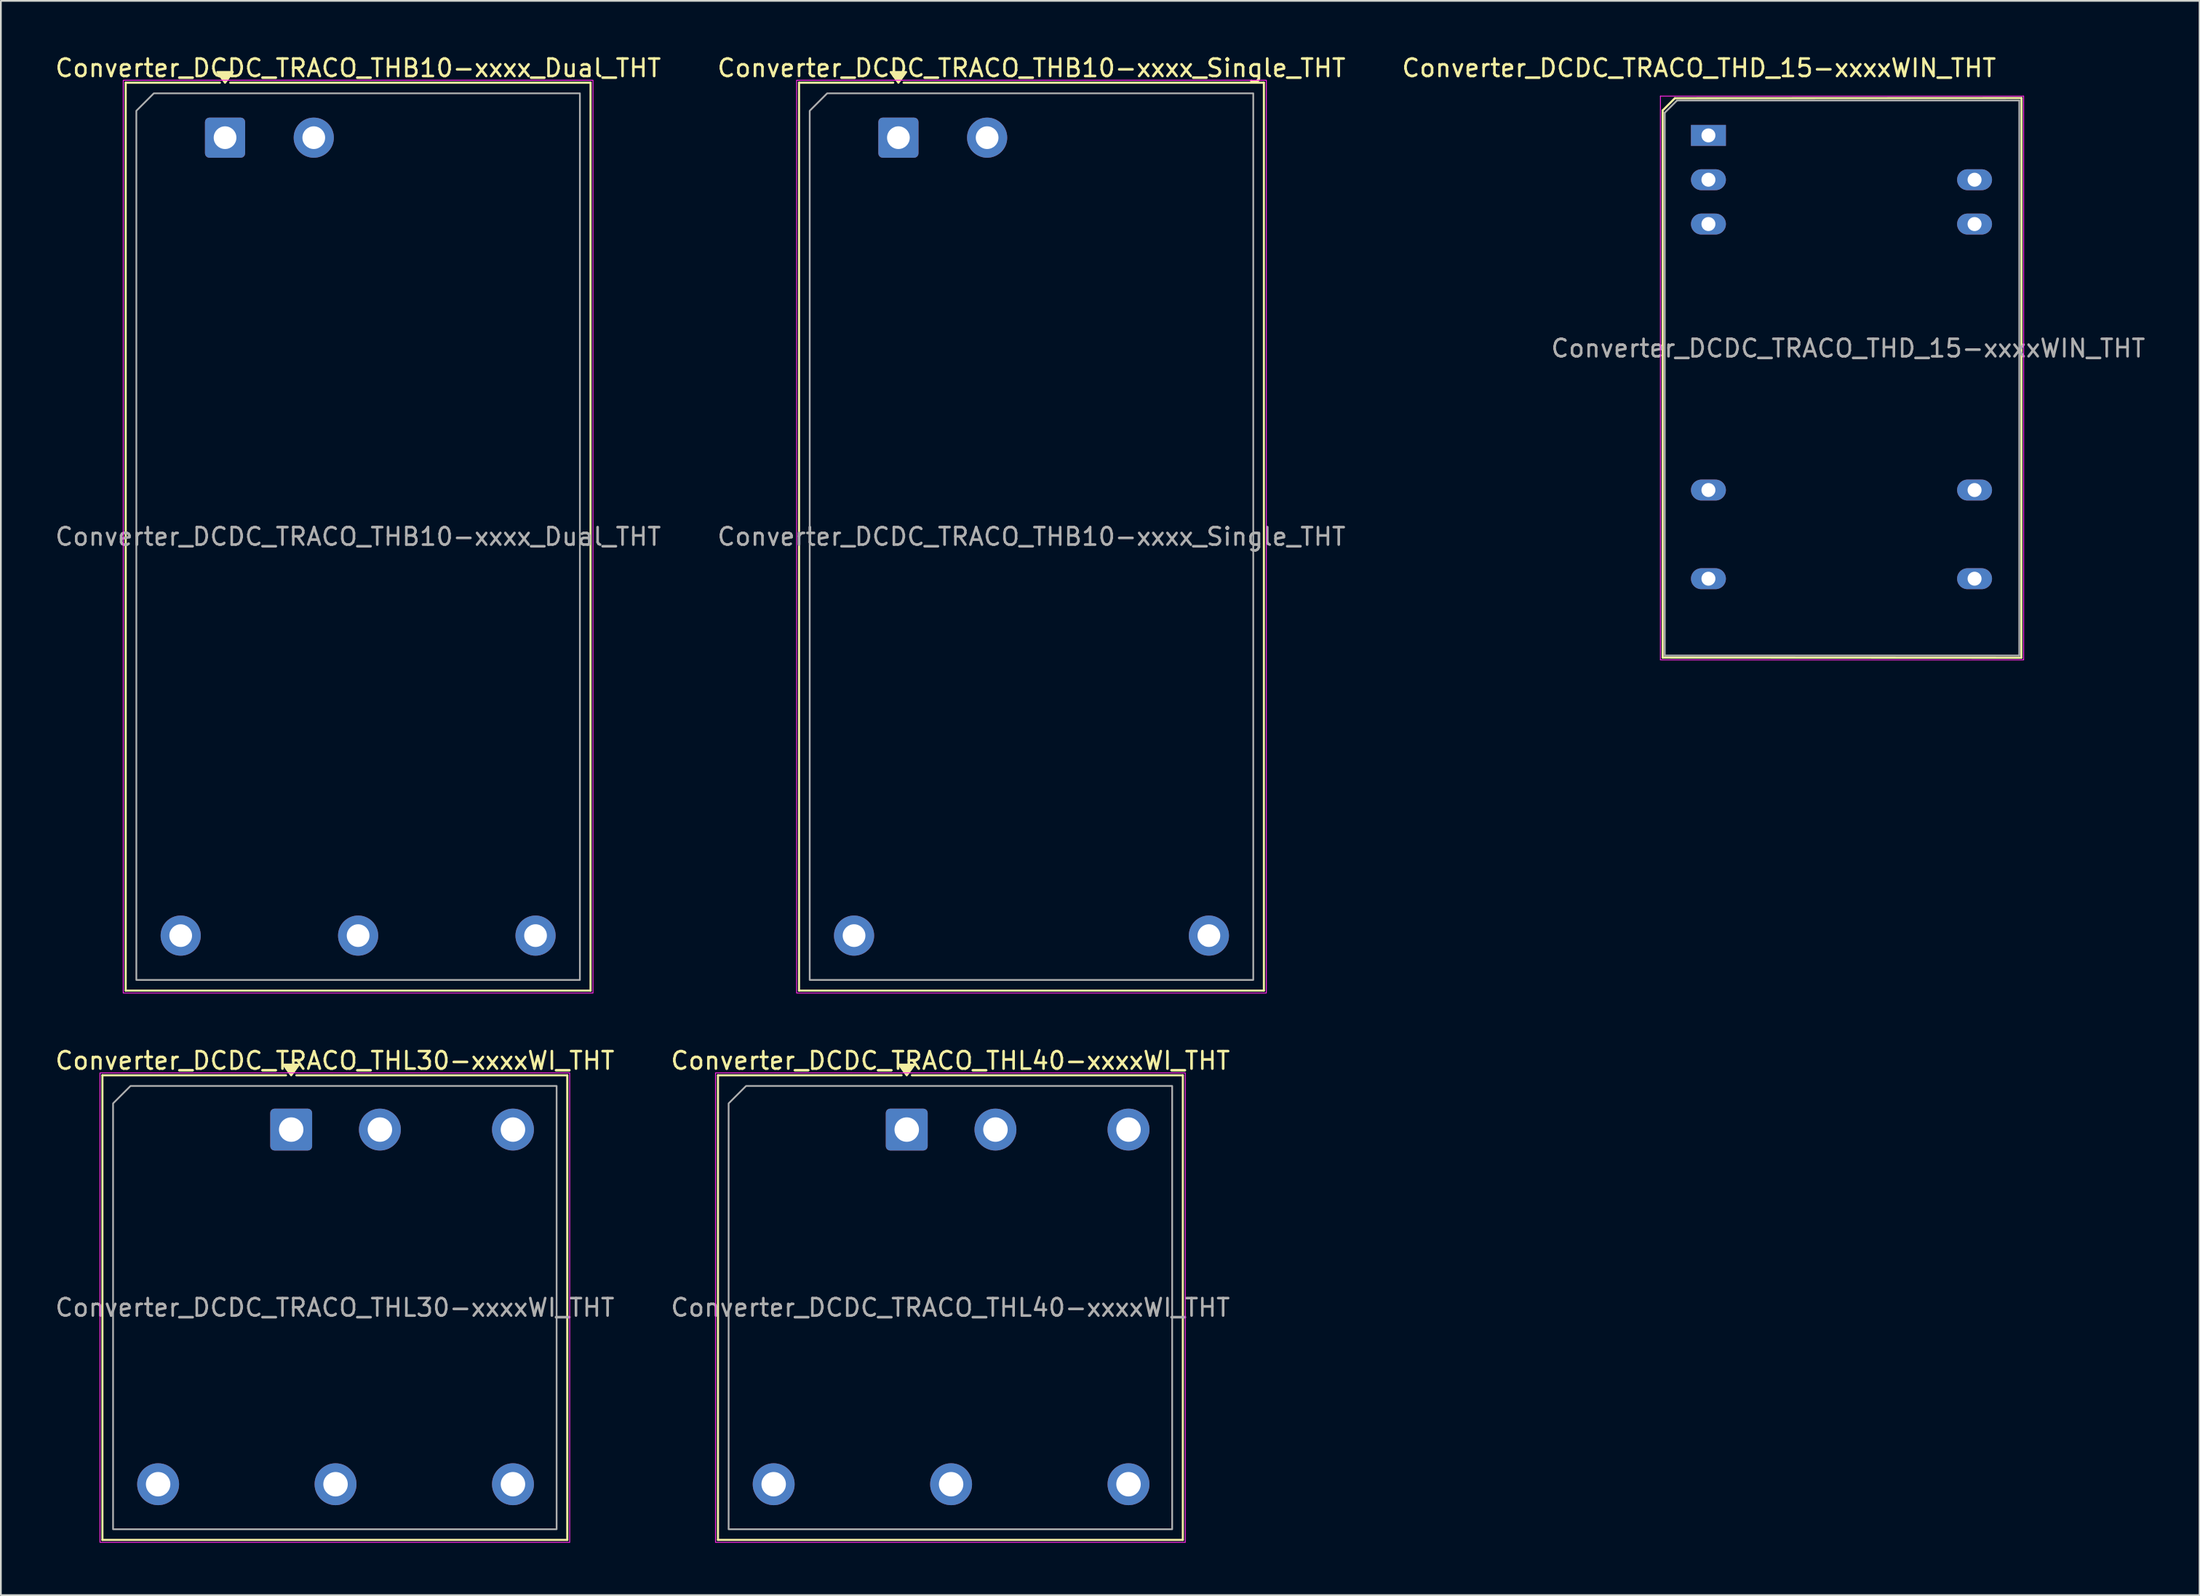
<source format=kicad_pcb>
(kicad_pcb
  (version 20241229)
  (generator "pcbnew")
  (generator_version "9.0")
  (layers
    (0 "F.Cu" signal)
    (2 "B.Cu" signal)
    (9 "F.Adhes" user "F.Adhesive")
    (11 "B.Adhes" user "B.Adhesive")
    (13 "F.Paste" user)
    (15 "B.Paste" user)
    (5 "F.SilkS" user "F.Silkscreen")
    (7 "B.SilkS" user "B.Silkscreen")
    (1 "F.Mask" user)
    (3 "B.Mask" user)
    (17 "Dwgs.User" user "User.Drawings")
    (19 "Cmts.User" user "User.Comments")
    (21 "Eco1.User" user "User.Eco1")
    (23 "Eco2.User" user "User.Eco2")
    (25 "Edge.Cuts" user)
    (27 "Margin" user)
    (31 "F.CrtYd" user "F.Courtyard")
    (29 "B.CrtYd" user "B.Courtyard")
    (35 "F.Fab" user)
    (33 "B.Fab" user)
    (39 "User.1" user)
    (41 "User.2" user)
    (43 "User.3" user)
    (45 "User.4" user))
  (footprint "Converter_DCDC_TRACO_THB10-xxxx_Dual_THT"
    (layer "F.Cu")
    (at 9.838 4.838)
    (property "Reference" "Converter_DCDC_TRACO_THB10-xxxx_Dual_THT" (at 7.62 -3.99 0) (layer "F.SilkS") (effects (font (size 1 1) (thickness 0.15))))
    (attr through_hole)
    (fp_line (start -5.69 -3.15) (end -0.296 -3.15) (stroke (width 0.12) (type solid)) (layer "F.SilkS"))
    (fp_line (start -5.69 48.87) (end -5.69 -3.15) (stroke (width 0.12) (type solid)) (layer "F.SilkS"))
    (fp_line (start 0.296 -3.15) (end 20.93 -3.15) (stroke (width 0.12) (type solid)) (layer "F.SilkS"))
    (fp_line (start 20.93 -3.15) (end 20.93 48.87) (stroke (width 0.12) (type solid)) (layer "F.SilkS"))
    (fp_line (start 20.93 48.87) (end -5.69 48.87) (stroke (width 0.12) (type solid)) (layer "F.SilkS"))
    (fp_poly (pts (xy 0 -3.15) (xy -0.44 -3.76) (xy 0.44 -3.76)) (stroke (width 0.12) (type solid)) (fill yes) (layer "F.SilkS"))
    (fp_rect (start -5.83 -3.29) (end 21.07 49.01) (stroke (width 0.05) (type solid)) (fill no) (layer "F.CrtYd"))
    (fp_poly (pts (xy -5.08 -1.54) (xy -5.08 48.26) (xy 20.32 48.26) (xy 20.32 -2.54) (xy -4.08 -2.54)) (stroke (width 0.1) (type solid)) (fill no) (layer "F.Fab"))
    (fp_text user "${REFERENCE}" (at 7.62 22.86 0) (layer "F.Fab") (effects (font (size 1 1) (thickness 0.15))))
    (pad "1" thru_hole roundrect (at 0 0) (size 2.3 2.3) (drill 1.3) (layers "*.Cu" "*.Mask") (roundrect_rratio 0.109))
    (pad "2" thru_hole circle (at 5.08 0) (size 2.3 2.3) (drill 1.3) (layers "*.Cu" "*.Mask"))
    (pad "3" thru_hole circle (at -2.54 45.72) (size 2.3 2.3) (drill 1.3) (layers "*.Cu" "*.Mask"))
    (pad "4" thru_hole circle (at 7.62 45.72) (size 2.3 2.3) (drill 1.3) (layers "*.Cu" "*.Mask"))
    (pad "5" thru_hole circle (at 17.78 45.72) (size 2.3 2.3) (drill 1.3) (layers "*.Cu" "*.Mask")))
  (footprint "Converter_DCDC_TRACO_THL40-xxxxWI_THT"
    (layer "F.Cu")
    (at 48.875 61.672)
    (property "Reference" "Converter_DCDC_TRACO_THL40-xxxxWI_THT" (at 2.5 -3.95 0) (layer "F.SilkS") (effects (font (size 1 1) (thickness 0.15))))
    (attr through_hole)
    (fp_line (start -10.81 -3.11) (end -0.296 -3.11) (stroke (width 0.12) (type solid)) (layer "F.SilkS"))
    (fp_line (start -10.81 23.51) (end -10.81 -3.11) (stroke (width 0.12) (type solid)) (layer "F.SilkS"))
    (fp_line (start 0.296 -3.11) (end 15.81 -3.11) (stroke (width 0.12) (type solid)) (layer "F.SilkS"))
    (fp_line (start 15.81 -3.11) (end 15.81 23.51) (stroke (width 0.12) (type solid)) (layer "F.SilkS"))
    (fp_line (start 15.81 23.51) (end -10.81 23.51) (stroke (width 0.12) (type solid)) (layer "F.SilkS"))
    (fp_poly (pts (xy 0 -3.11) (xy -0.44 -3.72) (xy 0.44 -3.72)) (stroke (width 0.12) (type solid)) (fill yes) (layer "F.SilkS"))
    (fp_rect (start -10.95 -3.25) (end 15.95 23.65) (stroke (width 0.05) (type solid)) (fill no) (layer "F.CrtYd"))
    (fp_poly (pts (xy -10.2 -1.5) (xy -10.2 22.9) (xy 15.2 22.9) (xy 15.2 -2.5) (xy -9.2 -2.5)) (stroke (width 0.1) (type solid)) (fill no) (layer "F.Fab"))
    (fp_text user "${REFERENCE}" (at 2.5 10.2 0) (layer "F.Fab") (effects (font (size 1 1) (thickness 0.15))))
    (pad "1" thru_hole roundrect (at 0 0) (size 2.4 2.4) (drill 1.4) (layers "*.Cu" "*.Mask") (roundrect_rratio 0.104))
    (pad "2" thru_hole circle (at 5.08 0) (size 2.4 2.4) (drill 1.4) (layers "*.Cu" "*.Mask"))
    (pad "3" thru_hole circle (at -7.62 20.32) (size 2.4 2.4) (drill 1.4) (layers "*.Cu" "*.Mask"))
    (pad "4" thru_hole circle (at 2.54 20.32) (size 2.4 2.4) (drill 1.4) (layers "*.Cu" "*.Mask"))
    (pad "5" thru_hole circle (at 12.7 20.32) (size 2.4 2.4) (drill 1.4) (layers "*.Cu" "*.Mask"))
    (pad "6" thru_hole circle (at 12.7 0) (size 2.4 2.4) (drill 1.4) (layers "*.Cu" "*.Mask")))
  (footprint "Converter_DCDC_TRACO_THL30-xxxxWI_THT"
    (layer "F.Cu")
    (at 13.625 61.672)
    (property "Reference" "Converter_DCDC_TRACO_THL30-xxxxWI_THT" (at 2.5 -3.95 0) (layer "F.SilkS") (effects (font (size 1 1) (thickness 0.15))))
    (attr through_hole)
    (fp_line (start -10.81 -3.11) (end -0.296 -3.11) (stroke (width 0.12) (type solid)) (layer "F.SilkS"))
    (fp_line (start -10.81 23.51) (end -10.81 -3.11) (stroke (width 0.12) (type solid)) (layer "F.SilkS"))
    (fp_line (start 0.296 -3.11) (end 15.81 -3.11) (stroke (width 0.12) (type solid)) (layer "F.SilkS"))
    (fp_line (start 15.81 -3.11) (end 15.81 23.51) (stroke (width 0.12) (type solid)) (layer "F.SilkS"))
    (fp_line (start 15.81 23.51) (end -10.81 23.51) (stroke (width 0.12) (type solid)) (layer "F.SilkS"))
    (fp_poly (pts (xy 0 -3.11) (xy -0.44 -3.72) (xy 0.44 -3.72)) (stroke (width 0.12) (type solid)) (fill yes) (layer "F.SilkS"))
    (fp_rect (start -10.95 -3.25) (end 15.95 23.65) (stroke (width 0.05) (type solid)) (fill no) (layer "F.CrtYd"))
    (fp_poly (pts (xy -10.2 -1.5) (xy -10.2 22.9) (xy 15.2 22.9) (xy 15.2 -2.5) (xy -9.2 -2.5)) (stroke (width 0.1) (type solid)) (fill no) (layer "F.Fab"))
    (fp_text user "${REFERENCE}" (at 2.5 10.2 0) (layer "F.Fab") (effects (font (size 1 1) (thickness 0.15))))
    (pad "1" thru_hole roundrect (at 0 0) (size 2.4 2.4) (drill 1.4) (layers "*.Cu" "*.Mask") (roundrect_rratio 0.104))
    (pad "2" thru_hole circle (at 5.08 0) (size 2.4 2.4) (drill 1.4) (layers "*.Cu" "*.Mask"))
    (pad "3" thru_hole circle (at -7.62 20.32) (size 2.4 2.4) (drill 1.4) (layers "*.Cu" "*.Mask"))
    (pad "4" thru_hole circle (at 2.54 20.32) (size 2.4 2.4) (drill 1.4) (layers "*.Cu" "*.Mask"))
    (pad "5" thru_hole circle (at 12.7 20.32) (size 2.4 2.4) (drill 1.4) (layers "*.Cu" "*.Mask"))
    (pad "6" thru_hole circle (at 12.7 0) (size 2.4 2.4) (drill 1.4) (layers "*.Cu" "*.Mask")))
  (footprint "Converter_DCDC_TRACO_THD_15-xxxxWIN_THT"
    (layer "F.Cu")
    (at 94.784 4.708)
    (property "Reference" "Converter_DCDC_TRACO_THD_15-xxxxWIN_THT" (at -0.54 -3.86 180) (layer "F.SilkS") (effects (font (size 1 1) (thickness 0.15))))
    (attr through_hole)
    (fp_line (start -2.62 -1.43) (end -2.62 29.92) (stroke (width 0.12) (type solid)) (layer "F.SilkS"))
    (fp_line (start -2.62 29.92) (end 17.92 29.93) (stroke (width 0.12) (type solid)) (layer "F.SilkS"))
    (fp_line (start -1.92 -2.13) (end -2.62 -1.43) (stroke (width 0.12) (type solid)) (layer "F.SilkS"))
    (fp_line (start 17.92 29.93) (end 17.93 -2.14) (stroke (width 0.12) (type solid)) (layer "F.SilkS"))
    (fp_line (start 17.93 -2.14) (end -1.92 -2.13) (stroke (width 0.12) (type solid)) (layer "F.SilkS"))
    (fp_line (start -2.75 -2.25) (end 18.05 -2.25) (stroke (width 0.05) (type solid)) (layer "F.CrtYd"))
    (fp_line (start -2.75 30.05) (end -2.75 -2.25) (stroke (width 0.05) (type solid)) (layer "F.CrtYd"))
    (fp_line (start 18.05 -2.25) (end 18.05 30.05) (stroke (width 0.05) (type solid)) (layer "F.CrtYd"))
    (fp_line (start 18.05 30.05) (end -2.75 30.05) (stroke (width 0.05) (type solid)) (layer "F.CrtYd"))
    (fp_line (start -2.5 29.8) (end -2.5 -1.3) (stroke (width 0.1) (type solid)) (layer "F.Fab"))
    (fp_line (start -1.8 -2) (end -2.5 -1.3) (stroke (width 0.1) (type solid)) (layer "F.Fab"))
    (fp_line (start -1.8 -2) (end 17.8 -2) (stroke (width 0.1) (type solid)) (layer "F.Fab"))
    (fp_line (start 17.8 -2) (end 17.8 29.8) (stroke (width 0.1) (type solid)) (layer "F.Fab"))
    (fp_line (start 17.8 29.8) (end -2.5 29.8) (stroke (width 0.1) (type solid)) (layer "F.Fab"))
    (fp_text user "${REFERENCE}" (at 8 12.2 0) (layer "F.Fab") (effects (font (size 1 1) (thickness 0.15))))
    (pad "1" thru_hole rect (at 0 0) (size 2 1.2) (drill 0.8) (layers "*.Cu" "*.Mask"))
    (pad "2" thru_hole oval (at 0 2.54) (size 2 1.2) (drill 0.8) (layers "*.Cu" "*.Mask"))
    (pad "3" thru_hole oval (at 0 5.08) (size 2 1.2) (drill 0.8) (layers "*.Cu" "*.Mask"))
    (pad "9" thru_hole oval (at 0 20.32) (size 2 1.2) (drill 0.8) (layers "*.Cu" "*.Mask"))
    (pad "11" thru_hole oval (at 0 25.4) (size 2 1.2) (drill 0.8) (layers "*.Cu" "*.Mask"))
    (pad "14" thru_hole oval (at 15.24 25.4) (size 2 1.2) (drill 0.8) (layers "*.Cu" "*.Mask"))
    (pad "16" thru_hole oval (at 15.24 20.32) (size 2 1.2) (drill 0.8) (layers "*.Cu" "*.Mask"))
    (pad "22" thru_hole oval (at 15.24 5.08) (size 2 1.2) (drill 0.8) (layers "*.Cu" "*.Mask"))
    (pad "23" thru_hole oval (at 15.24 2.54) (size 2 1.2) (drill 0.8) (layers "*.Cu" "*.Mask")))
  (footprint "Converter_DCDC_TRACO_THB10-xxxx_Single_THT"
    (layer "F.Cu")
    (at 48.398 4.838)
    (property "Reference" "Converter_DCDC_TRACO_THB10-xxxx_Single_THT" (at 7.62 -3.99 0) (layer "F.SilkS") (effects (font (size 1 1) (thickness 0.15))))
    (attr through_hole)
    (fp_line (start -5.69 -3.15) (end -0.296 -3.15) (stroke (width 0.12) (type solid)) (layer "F.SilkS"))
    (fp_line (start -5.69 48.87) (end -5.69 -3.15) (stroke (width 0.12) (type solid)) (layer "F.SilkS"))
    (fp_line (start 0.296 -3.15) (end 20.93 -3.15) (stroke (width 0.12) (type solid)) (layer "F.SilkS"))
    (fp_line (start 20.93 -3.15) (end 20.93 48.87) (stroke (width 0.12) (type solid)) (layer "F.SilkS"))
    (fp_line (start 20.93 48.87) (end -5.69 48.87) (stroke (width 0.12) (type solid)) (layer "F.SilkS"))
    (fp_poly (pts (xy 0 -3.15) (xy -0.44 -3.76) (xy 0.44 -3.76)) (stroke (width 0.12) (type solid)) (fill yes) (layer "F.SilkS"))
    (fp_rect (start -5.83 -3.29) (end 21.07 49.01) (stroke (width 0.05) (type solid)) (fill no) (layer "F.CrtYd"))
    (fp_poly (pts (xy -5.08 -1.54) (xy -5.08 48.26) (xy 20.32 48.26) (xy 20.32 -2.54) (xy -4.08 -2.54)) (stroke (width 0.1) (type solid)) (fill no) (layer "F.Fab"))
    (fp_text user "${REFERENCE}" (at 7.62 22.86 0) (layer "F.Fab") (effects (font (size 1 1) (thickness 0.15))))
    (pad "1" thru_hole roundrect (at 0 0) (size 2.3 2.3) (drill 1.3) (layers "*.Cu" "*.Mask") (roundrect_rratio 0.109))
    (pad "2" thru_hole circle (at 5.08 0) (size 2.3 2.3) (drill 1.3) (layers "*.Cu" "*.Mask"))
    (pad "3" thru_hole circle (at -2.54 45.72) (size 2.3 2.3) (drill 1.3) (layers "*.Cu" "*.Mask"))
    (pad "5" thru_hole circle (at 17.78 45.72) (size 2.3 2.3) (drill 1.3) (layers "*.Cu" "*.Mask")))
  (gr_rect
    (start -3 -3)
    (end 122.909 88.347)
    (stroke (width 0.1) (type default))
    (fill no)
    (layer "Edge.Cuts")))
</source>
